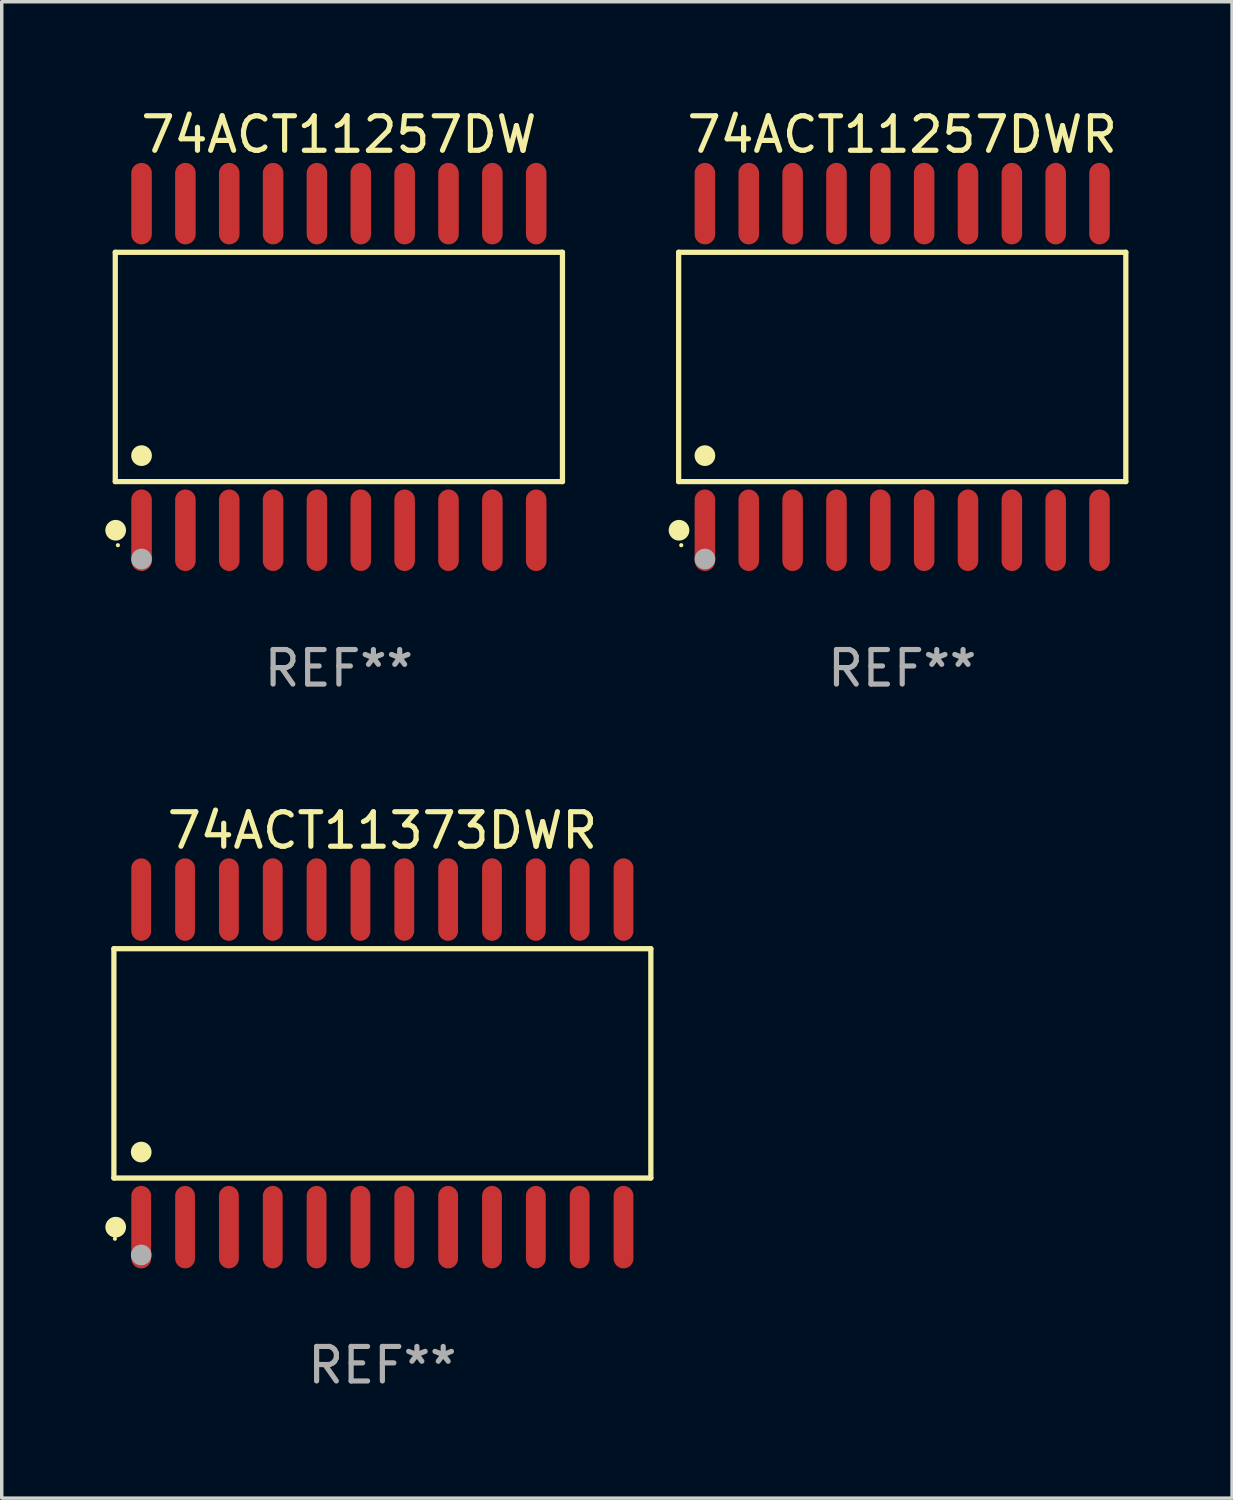
<source format=kicad_pcb>
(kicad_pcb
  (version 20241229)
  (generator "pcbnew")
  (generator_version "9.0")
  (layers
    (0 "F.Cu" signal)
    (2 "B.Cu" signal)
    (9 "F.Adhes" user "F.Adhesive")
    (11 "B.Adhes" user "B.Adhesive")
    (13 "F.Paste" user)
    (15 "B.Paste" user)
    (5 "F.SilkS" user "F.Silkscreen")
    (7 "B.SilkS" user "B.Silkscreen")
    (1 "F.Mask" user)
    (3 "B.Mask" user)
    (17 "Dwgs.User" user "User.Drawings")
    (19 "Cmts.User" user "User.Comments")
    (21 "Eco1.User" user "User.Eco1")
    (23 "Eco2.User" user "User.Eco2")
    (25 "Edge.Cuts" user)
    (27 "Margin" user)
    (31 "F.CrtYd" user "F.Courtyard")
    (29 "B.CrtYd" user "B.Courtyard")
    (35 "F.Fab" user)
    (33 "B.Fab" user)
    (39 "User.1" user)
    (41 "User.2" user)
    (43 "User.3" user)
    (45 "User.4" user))
  (footprint "74ACT11373DWR"
    (layer "F.Cu")
    (at 8.025 27.749)
    (property "Reference" "74ACT11373DWR" (at 0 -6.744 0) (layer "F.SilkS") (effects (font (size 1 1) (thickness 0.15))))
    (attr through_hole)
    (fp_line (start -7.776 -3.321) (end 7.776 -3.321) (stroke (width 0.152) (type solid)) (layer "F.SilkS"))
    (fp_line (start -7.776 3.321) (end -7.776 -3.321) (stroke (width 0.152) (type solid)) (layer "F.SilkS"))
    (fp_line (start 7.776 -3.321) (end 7.776 3.321) (stroke (width 0.152) (type solid)) (layer "F.SilkS"))
    (fp_line (start 7.776 3.321) (end -7.776 3.321) (stroke (width 0.152) (type solid)) (layer "F.SilkS"))
    (fp_circle (center -7.747 5.08) (end -7.717 5.08) (stroke (width 0.06) (type solid)) (fill no) (layer "F.SilkS"))
    (fp_circle (center -7.724 4.744) (end -7.574 4.744) (stroke (width 0.3) (type solid)) (fill no) (layer "F.SilkS"))
    (fp_circle (center -6.985 2.569) (end -6.835 2.569) (stroke (width 0.3) (type solid)) (fill no) (layer "F.SilkS"))
    (fp_circle (center -6.985 5.55) (end -6.835 5.55) (stroke (width 0.3) (type solid)) (fill no) (layer "F.Fab"))
    (fp_text user "REF**" (at 0 8.744 0) (layer "F.Fab") (effects (font (size 1 1) (thickness 0.15))))
    (pad "1" smd oval (at -6.985 4.744) (size 0.574 2.388) (layers "F.Cu" "F.Mask" "F.Paste"))
    (pad "2" smd oval (at -5.715 4.744) (size 0.574 2.388) (layers "F.Cu" "F.Mask" "F.Paste"))
    (pad "3" smd oval (at -4.445 4.744) (size 0.574 2.388) (layers "F.Cu" "F.Mask" "F.Paste"))
    (pad "4" smd oval (at -3.175 4.744) (size 0.574 2.388) (layers "F.Cu" "F.Mask" "F.Paste"))
    (pad "5" smd oval (at -1.905 4.744) (size 0.574 2.388) (layers "F.Cu" "F.Mask" "F.Paste"))
    (pad "6" smd oval (at -0.635 4.744) (size 0.574 2.388) (layers "F.Cu" "F.Mask" "F.Paste"))
    (pad "7" smd oval (at 0.635 4.744) (size 0.574 2.388) (layers "F.Cu" "F.Mask" "F.Paste"))
    (pad "8" smd oval (at 1.905 4.744) (size 0.574 2.388) (layers "F.Cu" "F.Mask" "F.Paste"))
    (pad "9" smd oval (at 3.175 4.744) (size 0.574 2.388) (layers "F.Cu" "F.Mask" "F.Paste"))
    (pad "10" smd oval (at 4.445 4.744) (size 0.574 2.388) (layers "F.Cu" "F.Mask" "F.Paste"))
    (pad "11" smd oval (at 5.715 4.744) (size 0.574 2.388) (layers "F.Cu" "F.Mask" "F.Paste"))
    (pad "12" smd oval (at 6.985 4.744) (size 0.574 2.388) (layers "F.Cu" "F.Mask" "F.Paste"))
    (pad "13" smd oval (at 6.985 -4.744) (size 0.574 2.388) (layers "F.Cu" "F.Mask" "F.Paste"))
    (pad "14" smd oval (at 5.715 -4.744) (size 0.574 2.388) (layers "F.Cu" "F.Mask" "F.Paste"))
    (pad "15" smd oval (at 4.445 -4.744) (size 0.574 2.388) (layers "F.Cu" "F.Mask" "F.Paste"))
    (pad "16" smd oval (at 3.175 -4.744) (size 0.574 2.388) (layers "F.Cu" "F.Mask" "F.Paste"))
    (pad "17" smd oval (at 1.905 -4.744) (size 0.574 2.388) (layers "F.Cu" "F.Mask" "F.Paste"))
    (pad "18" smd oval (at 0.635 -4.744) (size 0.574 2.388) (layers "F.Cu" "F.Mask" "F.Paste"))
    (pad "19" smd oval (at -0.635 -4.744) (size 0.574 2.388) (layers "F.Cu" "F.Mask" "F.Paste"))
    (pad "20" smd oval (at -1.905 -4.744) (size 0.574 2.388) (layers "F.Cu" "F.Mask" "F.Paste"))
    (pad "21" smd oval (at -3.175 -4.744) (size 0.574 2.388) (layers "F.Cu" "F.Mask" "F.Paste"))
    (pad "22" smd oval (at -4.445 -4.744) (size 0.574 2.388) (layers "F.Cu" "F.Mask" "F.Paste"))
    (pad "23" smd oval (at -5.715 -4.744) (size 0.574 2.388) (layers "F.Cu" "F.Mask" "F.Paste"))
    (pad "24" smd oval (at -6.985 -4.744) (size 0.574 2.388) (layers "F.Cu" "F.Mask" "F.Paste")))
  (footprint "74ACT11257DWR"
    (layer "F.Cu")
    (at 23.082 7.578)
    (property "Reference" "74ACT11257DWR" (at 0 -6.73 0) (layer "F.SilkS") (effects (font (size 1 1) (thickness 0.15))))
    (attr through_hole)
    (fp_line (start -6.476 -3.321) (end 6.476 -3.321) (stroke (width 0.152) (type solid)) (layer "F.SilkS"))
    (fp_line (start -6.476 3.321) (end -6.476 -3.321) (stroke (width 0.152) (type solid)) (layer "F.SilkS"))
    (fp_line (start 6.476 -3.321) (end 6.476 3.321) (stroke (width 0.152) (type solid)) (layer "F.SilkS"))
    (fp_line (start 6.476 3.321) (end -6.476 3.321) (stroke (width 0.152) (type solid)) (layer "F.SilkS"))
    (fp_circle (center -6.465 4.73) (end -6.315 4.73) (stroke (width 0.3) (type solid)) (fill no) (layer "F.SilkS"))
    (fp_circle (center -6.4 5.163) (end -6.37 5.163) (stroke (width 0.06) (type solid)) (fill no) (layer "F.SilkS"))
    (fp_circle (center -5.715 2.569) (end -5.565 2.569) (stroke (width 0.3) (type solid)) (fill no) (layer "F.SilkS"))
    (fp_circle (center -5.715 5.563) (end -5.565 5.563) (stroke (width 0.3) (type solid)) (fill no) (layer "F.Fab"))
    (fp_text user "REF**" (at 0 8.73 0) (layer "F.Fab") (effects (font (size 1 1) (thickness 0.15))))
    (pad "1" smd oval (at -5.715 4.73) (size 0.595 2.36) (layers "F.Cu" "F.Mask" "F.Paste"))
    (pad "2" smd oval (at -4.445 4.73) (size 0.595 2.36) (layers "F.Cu" "F.Mask" "F.Paste"))
    (pad "3" smd oval (at -3.175 4.73) (size 0.595 2.36) (layers "F.Cu" "F.Mask" "F.Paste"))
    (pad "4" smd oval (at -1.905 4.73) (size 0.595 2.36) (layers "F.Cu" "F.Mask" "F.Paste"))
    (pad "5" smd oval (at -0.635 4.73) (size 0.595 2.36) (layers "F.Cu" "F.Mask" "F.Paste"))
    (pad "6" smd oval (at 0.635 4.73) (size 0.595 2.36) (layers "F.Cu" "F.Mask" "F.Paste"))
    (pad "7" smd oval (at 1.905 4.73) (size 0.595 2.36) (layers "F.Cu" "F.Mask" "F.Paste"))
    (pad "8" smd oval (at 3.175 4.73) (size 0.595 2.36) (layers "F.Cu" "F.Mask" "F.Paste"))
    (pad "9" smd oval (at 4.445 4.73) (size 0.595 2.36) (layers "F.Cu" "F.Mask" "F.Paste"))
    (pad "10" smd oval (at 5.715 4.73) (size 0.595 2.36) (layers "F.Cu" "F.Mask" "F.Paste"))
    (pad "11" smd oval (at 5.715 -4.73) (size 0.595 2.36) (layers "F.Cu" "F.Mask" "F.Paste"))
    (pad "12" smd oval (at 4.445 -4.73) (size 0.595 2.36) (layers "F.Cu" "F.Mask" "F.Paste"))
    (pad "13" smd oval (at 3.175 -4.73) (size 0.595 2.36) (layers "F.Cu" "F.Mask" "F.Paste"))
    (pad "14" smd oval (at 1.905 -4.73) (size 0.595 2.36) (layers "F.Cu" "F.Mask" "F.Paste"))
    (pad "15" smd oval (at 0.635 -4.73) (size 0.595 2.36) (layers "F.Cu" "F.Mask" "F.Paste"))
    (pad "16" smd oval (at -0.635 -4.73) (size 0.595 2.36) (layers "F.Cu" "F.Mask" "F.Paste"))
    (pad "17" smd oval (at -1.905 -4.73) (size 0.595 2.36) (layers "F.Cu" "F.Mask" "F.Paste"))
    (pad "18" smd oval (at -3.175 -4.73) (size 0.595 2.36) (layers "F.Cu" "F.Mask" "F.Paste"))
    (pad "19" smd oval (at -4.445 -4.73) (size 0.595 2.36) (layers "F.Cu" "F.Mask" "F.Paste"))
    (pad "20" smd oval (at -5.715 -4.73) (size 0.595 2.36) (layers "F.Cu" "F.Mask" "F.Paste")))
  (footprint "74ACT11257DW"
    (layer "F.Cu")
    (at 6.765 7.578)
    (property "Reference" "74ACT11257DW" (at 0 -6.73 0) (layer "F.SilkS") (effects (font (size 1 1) (thickness 0.15))))
    (attr through_hole)
    (fp_line (start -6.476 -3.321) (end 6.476 -3.321) (stroke (width 0.152) (type solid)) (layer "F.SilkS"))
    (fp_line (start -6.476 3.321) (end -6.476 -3.321) (stroke (width 0.152) (type solid)) (layer "F.SilkS"))
    (fp_line (start 6.476 -3.321) (end 6.476 3.321) (stroke (width 0.152) (type solid)) (layer "F.SilkS"))
    (fp_line (start 6.476 3.321) (end -6.476 3.321) (stroke (width 0.152) (type solid)) (layer "F.SilkS"))
    (fp_circle (center -6.465 4.73) (end -6.315 4.73) (stroke (width 0.3) (type solid)) (fill no) (layer "F.SilkS"))
    (fp_circle (center -6.4 5.163) (end -6.37 5.163) (stroke (width 0.06) (type solid)) (fill no) (layer "F.SilkS"))
    (fp_circle (center -5.715 2.569) (end -5.565 2.569) (stroke (width 0.3) (type solid)) (fill no) (layer "F.SilkS"))
    (fp_circle (center -5.715 5.563) (end -5.565 5.563) (stroke (width 0.3) (type solid)) (fill no) (layer "F.Fab"))
    (fp_text user "REF**" (at 0 8.73 0) (layer "F.Fab") (effects (font (size 1 1) (thickness 0.15))))
    (pad "1" smd oval (at -5.715 4.73) (size 0.595 2.36) (layers "F.Cu" "F.Mask" "F.Paste"))
    (pad "2" smd oval (at -4.445 4.73) (size 0.595 2.36) (layers "F.Cu" "F.Mask" "F.Paste"))
    (pad "3" smd oval (at -3.175 4.73) (size 0.595 2.36) (layers "F.Cu" "F.Mask" "F.Paste"))
    (pad "4" smd oval (at -1.905 4.73) (size 0.595 2.36) (layers "F.Cu" "F.Mask" "F.Paste"))
    (pad "5" smd oval (at -0.635 4.73) (size 0.595 2.36) (layers "F.Cu" "F.Mask" "F.Paste"))
    (pad "6" smd oval (at 0.635 4.73) (size 0.595 2.36) (layers "F.Cu" "F.Mask" "F.Paste"))
    (pad "7" smd oval (at 1.905 4.73) (size 0.595 2.36) (layers "F.Cu" "F.Mask" "F.Paste"))
    (pad "8" smd oval (at 3.175 4.73) (size 0.595 2.36) (layers "F.Cu" "F.Mask" "F.Paste"))
    (pad "9" smd oval (at 4.445 4.73) (size 0.595 2.36) (layers "F.Cu" "F.Mask" "F.Paste"))
    (pad "10" smd oval (at 5.715 4.73) (size 0.595 2.36) (layers "F.Cu" "F.Mask" "F.Paste"))
    (pad "11" smd oval (at 5.715 -4.73) (size 0.595 2.36) (layers "F.Cu" "F.Mask" "F.Paste"))
    (pad "12" smd oval (at 4.445 -4.73) (size 0.595 2.36) (layers "F.Cu" "F.Mask" "F.Paste"))
    (pad "13" smd oval (at 3.175 -4.73) (size 0.595 2.36) (layers "F.Cu" "F.Mask" "F.Paste"))
    (pad "14" smd oval (at 1.905 -4.73) (size 0.595 2.36) (layers "F.Cu" "F.Mask" "F.Paste"))
    (pad "15" smd oval (at 0.635 -4.73) (size 0.595 2.36) (layers "F.Cu" "F.Mask" "F.Paste"))
    (pad "16" smd oval (at -0.635 -4.73) (size 0.595 2.36) (layers "F.Cu" "F.Mask" "F.Paste"))
    (pad "17" smd oval (at -1.905 -4.73) (size 0.595 2.36) (layers "F.Cu" "F.Mask" "F.Paste"))
    (pad "18" smd oval (at -3.175 -4.73) (size 0.595 2.36) (layers "F.Cu" "F.Mask" "F.Paste"))
    (pad "19" smd oval (at -4.445 -4.73) (size 0.595 2.36) (layers "F.Cu" "F.Mask" "F.Paste"))
    (pad "20" smd oval (at -5.715 -4.73) (size 0.595 2.36) (layers "F.Cu" "F.Mask" "F.Paste")))
  (gr_rect
    (start -3 -3)
    (end 32.635 40.341)
    (stroke (width 0.1) (type default))
    (fill no)
    (layer "Edge.Cuts")))
</source>
